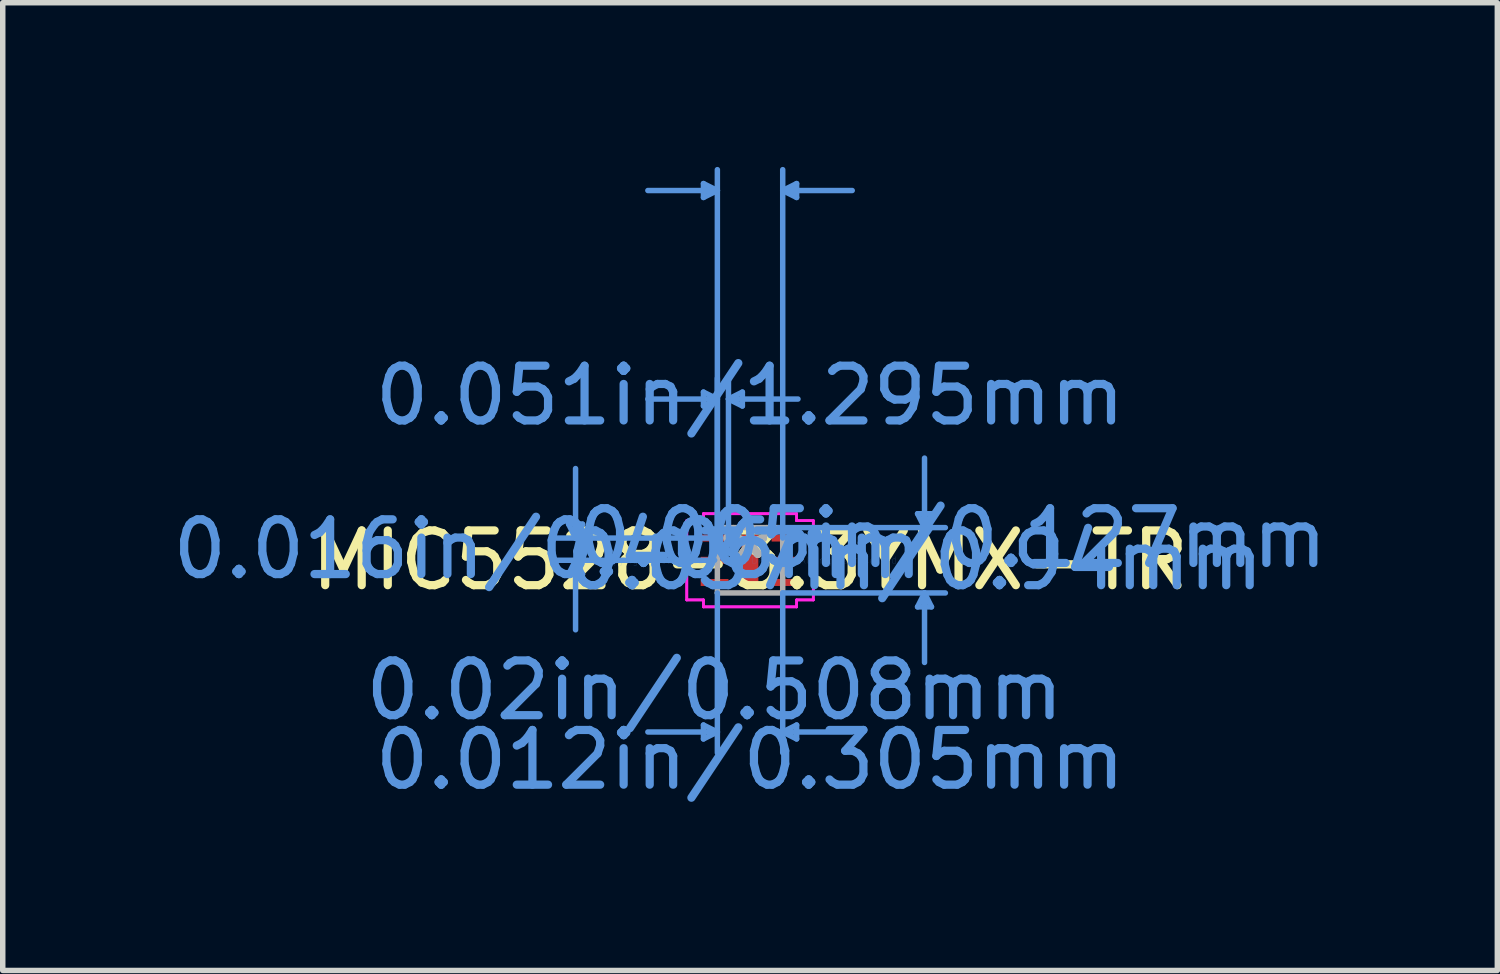
<source format=kicad_pcb>
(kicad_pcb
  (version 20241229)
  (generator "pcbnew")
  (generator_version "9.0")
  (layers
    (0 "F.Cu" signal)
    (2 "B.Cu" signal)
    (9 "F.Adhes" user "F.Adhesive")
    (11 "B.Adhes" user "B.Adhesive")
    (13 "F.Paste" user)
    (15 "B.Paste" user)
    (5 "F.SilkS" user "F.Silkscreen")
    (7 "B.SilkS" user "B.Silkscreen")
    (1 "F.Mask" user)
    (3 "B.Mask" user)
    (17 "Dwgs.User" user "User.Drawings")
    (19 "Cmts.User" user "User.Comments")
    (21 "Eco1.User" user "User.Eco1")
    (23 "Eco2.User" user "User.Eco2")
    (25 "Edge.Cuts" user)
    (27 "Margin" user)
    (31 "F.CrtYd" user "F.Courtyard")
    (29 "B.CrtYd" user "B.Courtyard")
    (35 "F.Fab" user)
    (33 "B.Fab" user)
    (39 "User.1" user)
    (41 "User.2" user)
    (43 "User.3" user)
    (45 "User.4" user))
  (footprint "MIC5528-3.3YMX-TR"
    (layer "F.Cu")
    (at 10.654 7.187)
    (property "Reference" "MIC5528-3.3YMX-TR" (at 0 0 0) (layer "F.SilkS") (effects (font (size 1 1) (thickness 0.15))))
    (attr through_hole)
    (fp_line (start -3.315 -0.66) (end -3.061 -0.66) (stroke (width 0.1) (type solid)) (layer "Cmts.User"))
    (fp_line (start -3.315 0.254) (end -3.061 0.254) (stroke (width 0.1) (type solid)) (layer "Cmts.User"))
    (fp_line (start -3.188 -0.406) (end -3.315 -0.66) (stroke (width 0.1) (type solid)) (layer "Cmts.User"))
    (fp_line (start -3.188 -0.406) (end -3.188 -1.676) (stroke (width 0.1) (type solid)) (layer "Cmts.User"))
    (fp_line (start -3.188 -0.406) (end -3.061 -0.66) (stroke (width 0.1) (type solid)) (layer "Cmts.User"))
    (fp_line (start -3.188 0) (end -3.315 0.254) (stroke (width 0.1) (type solid)) (layer "Cmts.User"))
    (fp_line (start -3.188 0) (end -3.188 1.27) (stroke (width 0.1) (type solid)) (layer "Cmts.User"))
    (fp_line (start -3.188 0) (end -3.061 0.254) (stroke (width 0.1) (type solid)) (layer "Cmts.User"))
    (fp_line (start -0.851 -6.883) (end -0.851 -6.629) (stroke (width 0.1) (type solid)) (layer "Cmts.User"))
    (fp_line (start -0.851 -3.073) (end -0.851 -2.819) (stroke (width 0.1) (type solid)) (layer "Cmts.User"))
    (fp_line (start -0.851 3.01) (end -0.851 3.264) (stroke (width 0.1) (type solid)) (layer "Cmts.User"))
    (fp_line (start -0.648 -0.406) (end -3.569 -0.406) (stroke (width 0.1) (type solid)) (layer "Cmts.User"))
    (fp_line (start -0.648 0) (end -3.569 0) (stroke (width 0.1) (type solid)) (layer "Cmts.User"))
    (fp_line (start -0.597 -6.756) (end -1.867 -6.756) (stroke (width 0.1) (type solid)) (layer "Cmts.User"))
    (fp_line (start -0.597 -6.756) (end -0.851 -6.883) (stroke (width 0.1) (type solid)) (layer "Cmts.User"))
    (fp_line (start -0.597 -6.756) (end -0.851 -6.629) (stroke (width 0.1) (type solid)) (layer "Cmts.User"))
    (fp_line (start -0.597 -2.946) (end -1.867 -2.946) (stroke (width 0.1) (type solid)) (layer "Cmts.User"))
    (fp_line (start -0.597 -2.946) (end -0.851 -3.073) (stroke (width 0.1) (type solid)) (layer "Cmts.User"))
    (fp_line (start -0.597 -2.946) (end -0.851 -2.819) (stroke (width 0.1) (type solid)) (layer "Cmts.User"))
    (fp_line (start -0.597 -0.406) (end -0.597 -7.137) (stroke (width 0.1) (type solid)) (layer "Cmts.User"))
    (fp_line (start -0.597 -0.406) (end -0.597 -3.327) (stroke (width 0.1) (type solid)) (layer "Cmts.User"))
    (fp_line (start -0.597 0.597) (end -0.597 3.518) (stroke (width 0.1) (type solid)) (layer "Cmts.User"))
    (fp_line (start -0.597 3.137) (end -1.867 3.137) (stroke (width 0.1) (type solid)) (layer "Cmts.User"))
    (fp_line (start -0.597 3.137) (end -0.851 3.01) (stroke (width 0.1) (type solid)) (layer "Cmts.User"))
    (fp_line (start -0.597 3.137) (end -0.851 3.264) (stroke (width 0.1) (type solid)) (layer "Cmts.User"))
    (fp_line (start -0.394 -2.946) (end -0.14 -3.073) (stroke (width 0.1) (type solid)) (layer "Cmts.User"))
    (fp_line (start -0.394 -2.946) (end -0.14 -2.819) (stroke (width 0.1) (type solid)) (layer "Cmts.User"))
    (fp_line (start -0.394 -2.946) (end 0.876 -2.946) (stroke (width 0.1) (type solid)) (layer "Cmts.User"))
    (fp_line (start -0.394 -0.406) (end -0.394 -3.327) (stroke (width 0.1) (type solid)) (layer "Cmts.User"))
    (fp_line (start -0.14 -3.073) (end -0.14 -2.819) (stroke (width 0.1) (type solid)) (layer "Cmts.User"))
    (fp_line (start 0.597 -6.756) (end 0.851 -6.883) (stroke (width 0.1) (type solid)) (layer "Cmts.User"))
    (fp_line (start 0.597 -6.756) (end 0.851 -6.629) (stroke (width 0.1) (type solid)) (layer "Cmts.User"))
    (fp_line (start 0.597 -6.756) (end 1.867 -6.756) (stroke (width 0.1) (type solid)) (layer "Cmts.User"))
    (fp_line (start 0.597 -0.597) (end 3.569 -0.597) (stroke (width 0.1) (type solid)) (layer "Cmts.User"))
    (fp_line (start 0.597 -0.406) (end 0.597 -7.137) (stroke (width 0.1) (type solid)) (layer "Cmts.User"))
    (fp_line (start 0.597 0.597) (end 0.597 3.518) (stroke (width 0.1) (type solid)) (layer "Cmts.User"))
    (fp_line (start 0.597 0.597) (end 3.569 0.597) (stroke (width 0.1) (type solid)) (layer "Cmts.User"))
    (fp_line (start 0.597 3.137) (end 0.851 3.01) (stroke (width 0.1) (type solid)) (layer "Cmts.User"))
    (fp_line (start 0.597 3.137) (end 0.851 3.264) (stroke (width 0.1) (type solid)) (layer "Cmts.User"))
    (fp_line (start 0.597 3.137) (end 1.867 3.137) (stroke (width 0.1) (type solid)) (layer "Cmts.User"))
    (fp_line (start 0.851 -6.883) (end 0.851 -6.629) (stroke (width 0.1) (type solid)) (layer "Cmts.User"))
    (fp_line (start 0.851 3.01) (end 0.851 3.264) (stroke (width 0.1) (type solid)) (layer "Cmts.User"))
    (fp_line (start 3.061 -0.851) (end 3.315 -0.851) (stroke (width 0.1) (type solid)) (layer "Cmts.User"))
    (fp_line (start 3.061 0.851) (end 3.315 0.851) (stroke (width 0.1) (type solid)) (layer "Cmts.User"))
    (fp_line (start 3.188 -0.597) (end 3.061 -0.851) (stroke (width 0.1) (type solid)) (layer "Cmts.User"))
    (fp_line (start 3.188 -0.597) (end 3.188 -1.867) (stroke (width 0.1) (type solid)) (layer "Cmts.User"))
    (fp_line (start 3.188 -0.597) (end 3.315 -0.851) (stroke (width 0.1) (type solid)) (layer "Cmts.User"))
    (fp_line (start 3.188 0.597) (end 3.061 0.851) (stroke (width 0.1) (type solid)) (layer "Cmts.User"))
    (fp_line (start 3.188 0.597) (end 3.188 1.867) (stroke (width 0.1) (type solid)) (layer "Cmts.User"))
    (fp_line (start 3.188 0.597) (end 3.315 0.851) (stroke (width 0.1) (type solid)) (layer "Cmts.User"))
    (fp_line (start -1.156 -0.724) (end -0.851 -0.724) (stroke (width 0.05) (type solid)) (layer "F.CrtYd"))
    (fp_line (start -1.156 -0.724) (end -0.851 -0.724) (stroke (width 0.05) (type solid)) (layer "F.CrtYd"))
    (fp_line (start -1.156 0.724) (end -1.156 -0.724) (stroke (width 0.05) (type solid)) (layer "F.CrtYd"))
    (fp_line (start -1.156 0.724) (end -1.156 -0.724) (stroke (width 0.05) (type solid)) (layer "F.CrtYd"))
    (fp_line (start -1.156 0.724) (end -0.851 0.724) (stroke (width 0.05) (type solid)) (layer "F.CrtYd"))
    (fp_line (start -0.851 -0.851) (end 0.851 -0.851) (stroke (width 0.05) (type solid)) (layer "F.CrtYd"))
    (fp_line (start -0.851 -0.851) (end 0.851 -0.851) (stroke (width 0.05) (type solid)) (layer "F.CrtYd"))
    (fp_line (start -0.851 -0.724) (end -0.851 -0.851) (stroke (width 0.05) (type solid)) (layer "F.CrtYd"))
    (fp_line (start -0.851 -0.724) (end -0.851 -0.851) (stroke (width 0.05) (type solid)) (layer "F.CrtYd"))
    (fp_line (start -0.851 0.724) (end -1.156 0.724) (stroke (width 0.05) (type solid)) (layer "F.CrtYd"))
    (fp_line (start -0.851 0.851) (end -0.851 0.724) (stroke (width 0.05) (type solid)) (layer "F.CrtYd"))
    (fp_line (start -0.851 0.851) (end -0.851 0.724) (stroke (width 0.05) (type solid)) (layer "F.CrtYd"))
    (fp_line (start 0.851 -0.851) (end 0.851 -0.724) (stroke (width 0.05) (type solid)) (layer "F.CrtYd"))
    (fp_line (start 0.851 -0.851) (end 0.851 -0.724) (stroke (width 0.05) (type solid)) (layer "F.CrtYd"))
    (fp_line (start 0.851 -0.724) (end 1.156 -0.724) (stroke (width 0.05) (type solid)) (layer "F.CrtYd"))
    (fp_line (start 0.851 0.724) (end 0.851 0.851) (stroke (width 0.05) (type solid)) (layer "F.CrtYd"))
    (fp_line (start 0.851 0.724) (end 0.851 0.851) (stroke (width 0.05) (type solid)) (layer "F.CrtYd"))
    (fp_line (start 0.851 0.851) (end -0.851 0.851) (stroke (width 0.05) (type solid)) (layer "F.CrtYd"))
    (fp_line (start 0.851 0.851) (end -0.851 0.851) (stroke (width 0.05) (type solid)) (layer "F.CrtYd"))
    (fp_line (start 1.156 -0.724) (end 0.851 -0.724) (stroke (width 0.05) (type solid)) (layer "F.CrtYd"))
    (fp_line (start 1.156 -0.724) (end 1.156 0.724) (stroke (width 0.05) (type solid)) (layer "F.CrtYd"))
    (fp_line (start 1.156 -0.724) (end 1.156 0.724) (stroke (width 0.05) (type solid)) (layer "F.CrtYd"))
    (fp_line (start 1.156 0.724) (end 0.851 0.724) (stroke (width 0.05) (type solid)) (layer "F.CrtYd"))
    (fp_line (start 1.156 0.724) (end 0.851 0.724) (stroke (width 0.05) (type solid)) (layer "F.CrtYd"))
    (fp_line (start -0.597 -0.597) (end -0.597 0.597) (stroke (width 0.1) (type solid)) (layer "F.Fab"))
    (fp_line (start -0.597 0.597) (end 0.597 0.597) (stroke (width 0.1) (type solid)) (layer "F.Fab"))
    (fp_line (start 0.597 -0.597) (end -0.597 -0.597) (stroke (width 0.1) (type solid)) (layer "F.Fab"))
    (fp_line (start 0.597 0.597) (end 0.597 -0.597) (stroke (width 0.1) (type solid)) (layer "F.Fab"))
    (fp_arc (start 0.3048 -0.5969) (mid 0 -0.2921) (end -0.3048 -0.5969) (stroke (width 0.1) (type solid)) (layer "F.Fab"))
    (fp_circle (center -0.394 -0.406) (end -0.394 -0.406) (stroke (width 0.1) (type solid)) (fill no) (layer "F.Fab"))
    (fp_text user "*" (at 0 0 0) (layer "F.SilkS") (effects (font (size 1 1) (thickness 0.15))))
    (fp_text user "Copyright 2021 Accelerated Designs. All rights reserved." (at 0 0 0) (layer "Cmts.User") (effects (font (size 0.127 0.127) (thickness 0.002))))
    (fp_text user "0.037in/0.94mm" (at 3.01 0 0) (layer "Cmts.User") (effects (font (size 1 1) (thickness 0.15))))
    (fp_text user "0.051in/1.295mm" (at 0 -3.01 0) (layer "Cmts.User") (effects (font (size 1 1) (thickness 0.15))))
    (fp_text user "0.012in/0.305mm" (at 0 3.645 0) (layer "Cmts.User") (effects (font (size 1 1) (thickness 0.15))))
    (fp_text user "0.02in/0.508mm" (at -0.648 2.375 0) (layer "Cmts.User") (effects (font (size 1 1) (thickness 0.15))))
    (fp_text user "0.016in/0.406mm" (at -3.696 -0.203 0) (layer "Cmts.User") (effects (font (size 1 1) (thickness 0.15))))
    (fp_text user "0.005in/0.127mm" (at 3.696 -0.406 0) (layer "Cmts.User") (effects (font (size 1 1) (thickness 0.15))))
    (fp_text user "*" (at 0 0 0) (layer "F.Fab") (effects (font (size 1 1) (thickness 0.15))))
    (pad "1" smd rect (at -0.648 -0.406) (size 0.508 0.127) (layers "F.Cu" "F.Mask" "F.Paste"))
    (pad "2" smd rect (at -0.648 0) (size 0.508 0.127) (layers "F.Cu" "F.Mask" "F.Paste"))
    (pad "3" smd rect (at -0.648 0.406) (size 0.508 0.127) (layers "F.Cu" "F.Mask" "F.Paste"))
    (pad "4" smd rect (at 0.648 0.406) (size 0.508 0.127) (layers "F.Cu" "F.Mask" "F.Paste"))
    (pad "5" smd rect (at 0.648 0) (size 0.508 0.127) (layers "F.Cu" "F.Mask" "F.Paste"))
    (pad "6" smd rect (at 0.648 -0.406) (size 0.508 0.127) (layers "F.Cu" "F.Mask" "F.Paste"))
    (pad "7" smd rect (at 0 0) (size 0.305 0.94) (layers "F.Cu" "F.Mask" "F.Paste")))
  (gr_rect
    (start -3 -3)
    (end 24.308 14.681)
    (stroke (width 0.1) (type default))
    (fill no)
    (layer "Edge.Cuts")))
</source>
